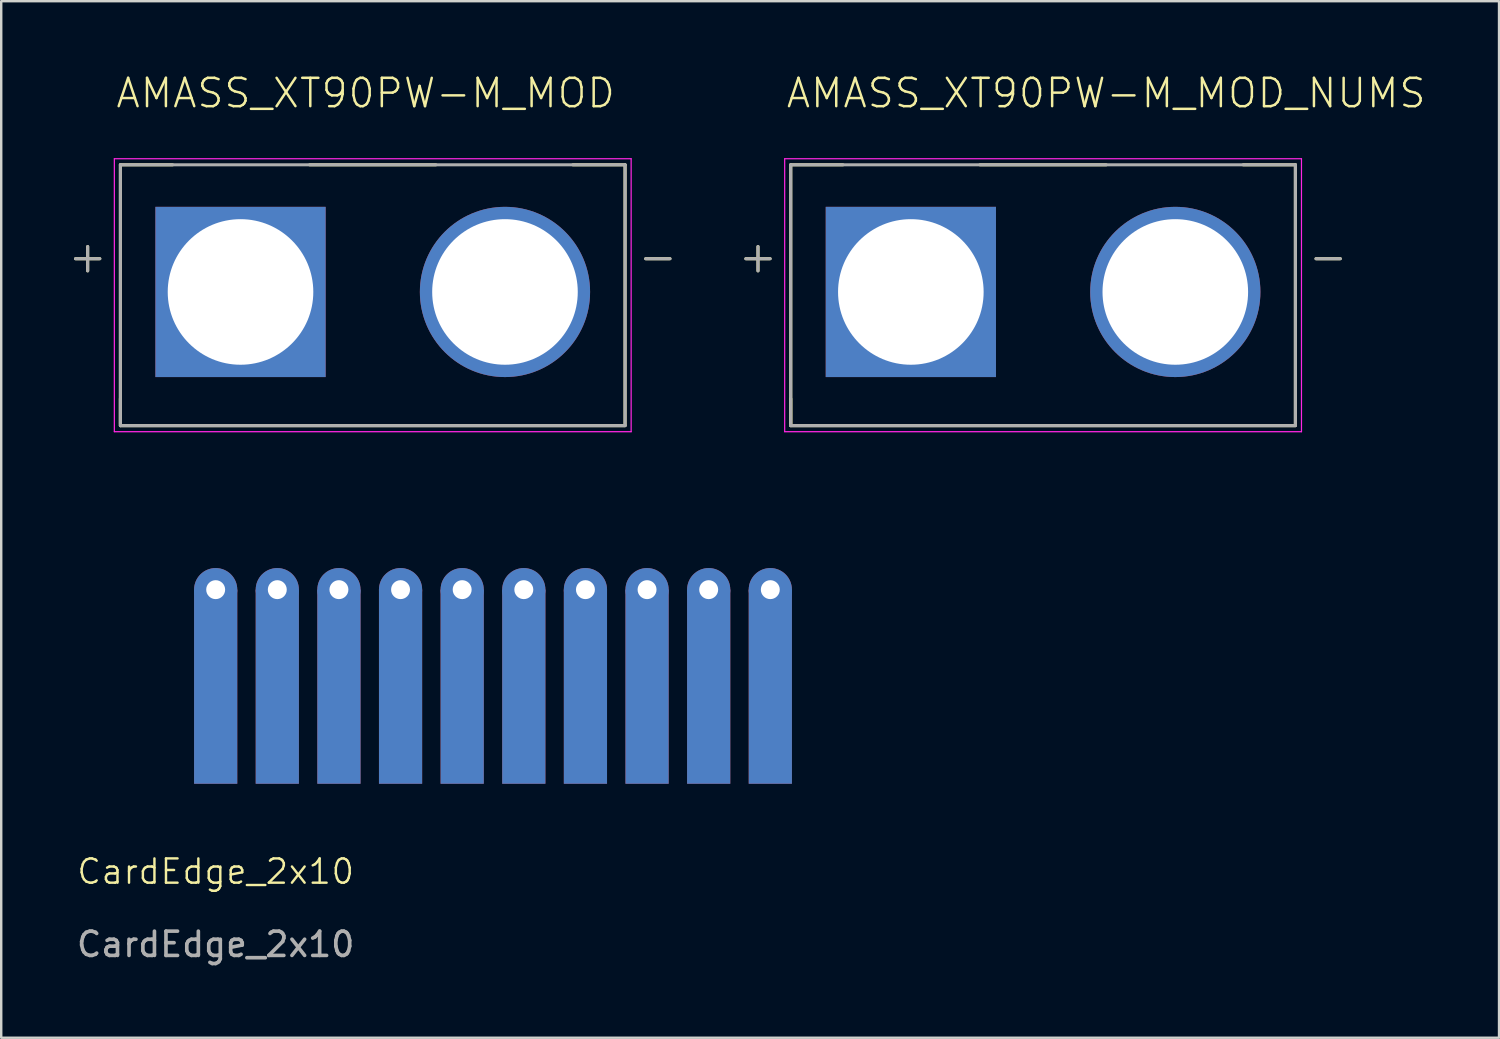
<source format=kicad_pcb>
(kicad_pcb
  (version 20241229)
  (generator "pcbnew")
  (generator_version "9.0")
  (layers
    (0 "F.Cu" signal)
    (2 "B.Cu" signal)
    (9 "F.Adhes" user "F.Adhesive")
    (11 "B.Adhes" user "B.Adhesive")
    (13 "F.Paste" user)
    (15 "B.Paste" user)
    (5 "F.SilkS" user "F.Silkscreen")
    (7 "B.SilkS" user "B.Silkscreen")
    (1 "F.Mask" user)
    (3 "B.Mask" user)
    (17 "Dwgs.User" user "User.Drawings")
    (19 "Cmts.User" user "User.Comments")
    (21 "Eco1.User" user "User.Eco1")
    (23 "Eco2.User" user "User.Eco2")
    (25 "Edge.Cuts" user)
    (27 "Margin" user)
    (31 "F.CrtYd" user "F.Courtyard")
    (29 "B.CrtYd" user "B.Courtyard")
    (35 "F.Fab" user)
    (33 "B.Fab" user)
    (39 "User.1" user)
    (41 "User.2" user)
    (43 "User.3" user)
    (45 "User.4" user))
  (footprint "CardEdge_2x10"
    (layer "F.Cu")
    (at 5.839 25.253)
    (property "Reference" "CardEdge_2x10" (at 0 7.62 0) (unlocked yes) (layer "F.SilkS") (effects (font (size 1 1) (thickness 0.1))))
    (attr smd)
    (fp_text user "${REFERENCE}" (at 0 10.62 0) (unlocked yes) (layer "F.Fab") (effects (font (size 1 1) (thickness 0.15))))
    (pad "1" thru_hole circle (at 0 -4 180) (size 1.78 1.78) (drill 0.78) (layers "*.Cu" "*.Mask"))
    (pad "1" smd rect (at 0 0 180) (size 1.78 8) (layers "F.Cu" "F.Mask" "F.Paste"))
    (pad "1" smd rect (at 0 0) (size 1.78 8) (layers "B.Cu" "B.Mask" "B.Paste"))
    (pad "2" thru_hole circle (at 2.54 -4 180) (size 1.78 1.78) (drill 0.78) (layers "*.Cu" "*.Mask"))
    (pad "2" smd rect (at 2.54 0 180) (size 1.78 8) (layers "F.Cu" "F.Mask" "F.Paste"))
    (pad "2" smd rect (at 2.54 0) (size 1.78 8) (layers "B.Cu" "B.Mask" "B.Paste"))
    (pad "3" thru_hole circle (at 5.08 -4 180) (size 1.78 1.78) (drill 0.78) (layers "*.Cu" "*.Mask"))
    (pad "3" smd rect (at 5.08 0 180) (size 1.78 8) (layers "F.Cu" "F.Mask" "F.Paste"))
    (pad "3" smd rect (at 5.08 0) (size 1.78 8) (layers "B.Cu" "B.Mask" "B.Paste"))
    (pad "4" thru_hole circle (at 7.62 -4 180) (size 1.78 1.78) (drill 0.78) (layers "*.Cu" "*.Mask"))
    (pad "4" smd rect (at 7.62 0 180) (size 1.78 8) (layers "F.Cu" "F.Mask" "F.Paste"))
    (pad "4" smd rect (at 7.62 0) (size 1.78 8) (layers "B.Cu" "B.Mask" "B.Paste"))
    (pad "5" thru_hole circle (at 10.16 -4 180) (size 1.78 1.78) (drill 0.78) (layers "*.Cu" "*.Mask"))
    (pad "5" smd rect (at 10.16 0 180) (size 1.78 8) (layers "F.Cu" "F.Mask" "F.Paste"))
    (pad "5" smd rect (at 10.16 0) (size 1.78 8) (layers "B.Cu" "B.Mask" "B.Paste"))
    (pad "6" thru_hole circle (at 12.7 -4 180) (size 1.78 1.78) (drill 0.78) (layers "*.Cu" "*.Mask"))
    (pad "6" smd rect (at 12.7 0 180) (size 1.78 8) (layers "F.Cu" "F.Mask" "F.Paste"))
    (pad "6" smd rect (at 12.7 0) (size 1.78 8) (layers "B.Cu" "B.Mask" "B.Paste"))
    (pad "7" thru_hole circle (at 15.24 -4 180) (size 1.78 1.78) (drill 0.78) (layers "*.Cu" "*.Mask"))
    (pad "7" smd rect (at 15.24 0 180) (size 1.78 8) (layers "F.Cu" "F.Mask" "F.Paste"))
    (pad "7" smd rect (at 15.24 0) (size 1.78 8) (layers "B.Cu" "B.Mask" "B.Paste"))
    (pad "8" thru_hole circle (at 17.78 -4 180) (size 1.78 1.78) (drill 0.78) (layers "*.Cu" "*.Mask"))
    (pad "8" smd rect (at 17.78 0 180) (size 1.78 8) (layers "F.Cu" "F.Mask" "F.Paste"))
    (pad "8" smd rect (at 17.78 0) (size 1.78 8) (layers "B.Cu" "B.Mask" "B.Paste"))
    (pad "9" thru_hole circle (at 20.32 -4 180) (size 1.78 1.78) (drill 0.78) (layers "*.Cu" "*.Mask"))
    (pad "9" smd rect (at 20.32 0 180) (size 1.78 8) (layers "F.Cu" "F.Mask" "F.Paste"))
    (pad "9" smd rect (at 20.32 0) (size 1.78 8) (layers "B.Cu" "B.Mask" "B.Paste"))
    (pad "10" thru_hole circle (at 22.86 -4 180) (size 1.78 1.78) (drill 0.78) (layers "*.Cu" "*.Mask"))
    (pad "10" smd rect (at 22.86 0 180) (size 1.78 8) (layers "F.Cu" "F.Mask" "F.Paste"))
    (pad "10" smd rect (at 22.86 0) (size 1.78 8) (layers "B.Cu" "B.Mask" "B.Paste")))
  (footprint "AMASS_XT90PW-M_MOD_NUMS"
    (layer "F.Cu")
    (at 40.191 9.118)
    (property "Reference" "AMASS_XT90PW-M_MOD_NUMS" (at -10.9 -7.645 0) (layer "F.SilkS") (effects (font (size 1.168 1.168) (thickness 0.102)) (justify left bottom)))
    (fp_line (start -12 -1.005) (end -12 -2.005) (stroke (width 0.127) (type solid)) (layer "F.SilkS"))
    (fp_line (start -11.5 -1.505) (end -12.5 -1.505) (stroke (width 0.127) (type solid)) (layer "F.SilkS"))
    (fp_line (start -10.65 -5.375) (end -10.65 5.325) (stroke (width 0.127) (type solid)) (layer "F.SilkS"))
    (fp_line (start -10.65 4.265) (end -10.65 5.375) (stroke (width 0.127) (type solid)) (layer "F.SilkS"))
    (fp_line (start -10.65 5.375) (end 10.15 5.375) (stroke (width 0.127) (type solid)) (layer "F.SilkS"))
    (fp_line (start -8.5 -5.375) (end -10.65 -5.375) (stroke (width 0.127) (type solid)) (layer "F.SilkS"))
    (fp_line (start -2.85 -5.375) (end 2.35 -5.375) (stroke (width 0.127) (type solid)) (layer "F.SilkS"))
    (fp_line (start 10.15 -5.375) (end 8 -5.375) (stroke (width 0.127) (type solid)) (layer "F.SilkS"))
    (fp_line (start 10.15 5.325) (end 10.15 -5.375) (stroke (width 0.127) (type solid)) (layer "F.SilkS"))
    (fp_line (start 11 -1.505) (end 12 -1.505) (stroke (width 0.127) (type solid)) (layer "F.SilkS"))
    (fp_line (start -10.9 -5.625) (end 10.4 -5.625) (stroke (width 0.05) (type solid)) (layer "F.CrtYd"))
    (fp_line (start -10.9 5.625) (end -10.9 -5.625) (stroke (width 0.05) (type solid)) (layer "F.CrtYd"))
    (fp_line (start 10.4 -5.625) (end 10.4 5.625) (stroke (width 0.05) (type solid)) (layer "F.CrtYd"))
    (fp_line (start 10.4 5.625) (end -10.9 5.625) (stroke (width 0.05) (type solid)) (layer "F.CrtYd"))
    (fp_line (start -12 -1.005) (end -12 -2.005) (stroke (width 0.127) (type solid)) (layer "F.Fab"))
    (fp_line (start -11.5 -1.505) (end -12.5 -1.505) (stroke (width 0.127) (type solid)) (layer "F.Fab"))
    (fp_line (start -10.65 -5.375) (end 10.15 -5.375) (stroke (width 0.127) (type solid)) (layer "F.Fab"))
    (fp_line (start -10.65 5.375) (end -10.65 -5.375) (stroke (width 0.127) (type solid)) (layer "F.Fab"))
    (fp_line (start 10.15 -5.375) (end 10.15 5.375) (stroke (width 0.127) (type solid)) (layer "F.Fab"))
    (fp_line (start 10.15 5.375) (end -10.65 5.375) (stroke (width 0.127) (type solid)) (layer "F.Fab"))
    (fp_line (start 12 -1.505) (end 11 -1.505) (stroke (width 0.127) (type solid)) (layer "F.Fab"))
    (pad "1" thru_hole rect (at -5.7 -0.135) (size 7.016 7.016) (drill 6) (layers "*.Cu" "*.Mask"))
    (pad "2" thru_hole circle (at 5.2 -0.135) (size 7.016 7.016) (drill 6) (layers "*.Cu" "*.Mask")))
  (footprint "AMASS_XT90PW-M_MOD"
    (layer "F.Cu")
    (at 12.313 17.113)
    (property "Reference" "AMASS_XT90PW-M_MOD" (at -10.65 -15.64 0) (layer "F.SilkS") (effects (font (size 1.168 1.168) (thickness 0.102)) (justify left bottom)))
    (fp_line (start -11.75 -9) (end -11.75 -10) (stroke (width 0.127) (type solid)) (layer "F.SilkS"))
    (fp_line (start -11.25 -9.5) (end -12.25 -9.5) (stroke (width 0.127) (type solid)) (layer "F.SilkS"))
    (fp_line (start -10.4 -13.37) (end -10.4 -2.67) (stroke (width 0.127) (type solid)) (layer "F.SilkS"))
    (fp_line (start -10.4 -3.73) (end -10.4 -2.62) (stroke (width 0.127) (type solid)) (layer "F.SilkS"))
    (fp_line (start -10.4 -2.62) (end 10.4 -2.62) (stroke (width 0.127) (type solid)) (layer "F.SilkS"))
    (fp_line (start -8.25 -13.37) (end -10.4 -13.37) (stroke (width 0.127) (type solid)) (layer "F.SilkS"))
    (fp_line (start -2.6 -13.37) (end 2.6 -13.37) (stroke (width 0.127) (type solid)) (layer "F.SilkS"))
    (fp_line (start 10.4 -13.37) (end 8.25 -13.37) (stroke (width 0.127) (type solid)) (layer "F.SilkS"))
    (fp_line (start 10.4 -2.67) (end 10.4 -13.37) (stroke (width 0.127) (type solid)) (layer "F.SilkS"))
    (fp_line (start 11.25 -9.5) (end 12.25 -9.5) (stroke (width 0.127) (type solid)) (layer "F.SilkS"))
    (fp_line (start -10.65 -13.62) (end 10.65 -13.62) (stroke (width 0.05) (type solid)) (layer "F.CrtYd"))
    (fp_line (start -10.65 -2.37) (end -10.65 -13.62) (stroke (width 0.05) (type solid)) (layer "F.CrtYd"))
    (fp_line (start 10.65 -13.62) (end 10.65 -2.37) (stroke (width 0.05) (type solid)) (layer "F.CrtYd"))
    (fp_line (start 10.65 -2.37) (end -10.65 -2.37) (stroke (width 0.05) (type solid)) (layer "F.CrtYd"))
    (fp_line (start -11.75 -9) (end -11.75 -10) (stroke (width 0.127) (type solid)) (layer "F.Fab"))
    (fp_line (start -11.25 -9.5) (end -12.25 -9.5) (stroke (width 0.127) (type solid)) (layer "F.Fab"))
    (fp_line (start -10.4 -13.37) (end 10.4 -13.37) (stroke (width 0.127) (type solid)) (layer "F.Fab"))
    (fp_line (start -10.4 -2.62) (end -10.4 -13.37) (stroke (width 0.127) (type solid)) (layer "F.Fab"))
    (fp_line (start 10.4 -13.37) (end 10.4 -2.62) (stroke (width 0.127) (type solid)) (layer "F.Fab"))
    (fp_line (start 10.4 -2.62) (end -10.4 -2.62) (stroke (width 0.127) (type solid)) (layer "F.Fab"))
    (fp_line (start 12.25 -9.5) (end 11.25 -9.5) (stroke (width 0.127) (type solid)) (layer "F.Fab"))
    (pad "N" thru_hole circle (at 5.45 -8.13) (size 7.016 7.016) (drill 6) (layers "*.Cu" "*.Mask"))
    (pad "P" thru_hole rect (at -5.45 -8.13) (size 7.016 7.016) (drill 6) (layers "*.Cu" "*.Mask")))
  (gr_rect
    (start -3 -3)
    (end 58.734 39.721)
    (stroke (width 0.1) (type default))
    (fill no)
    (layer "Edge.Cuts")))
</source>
